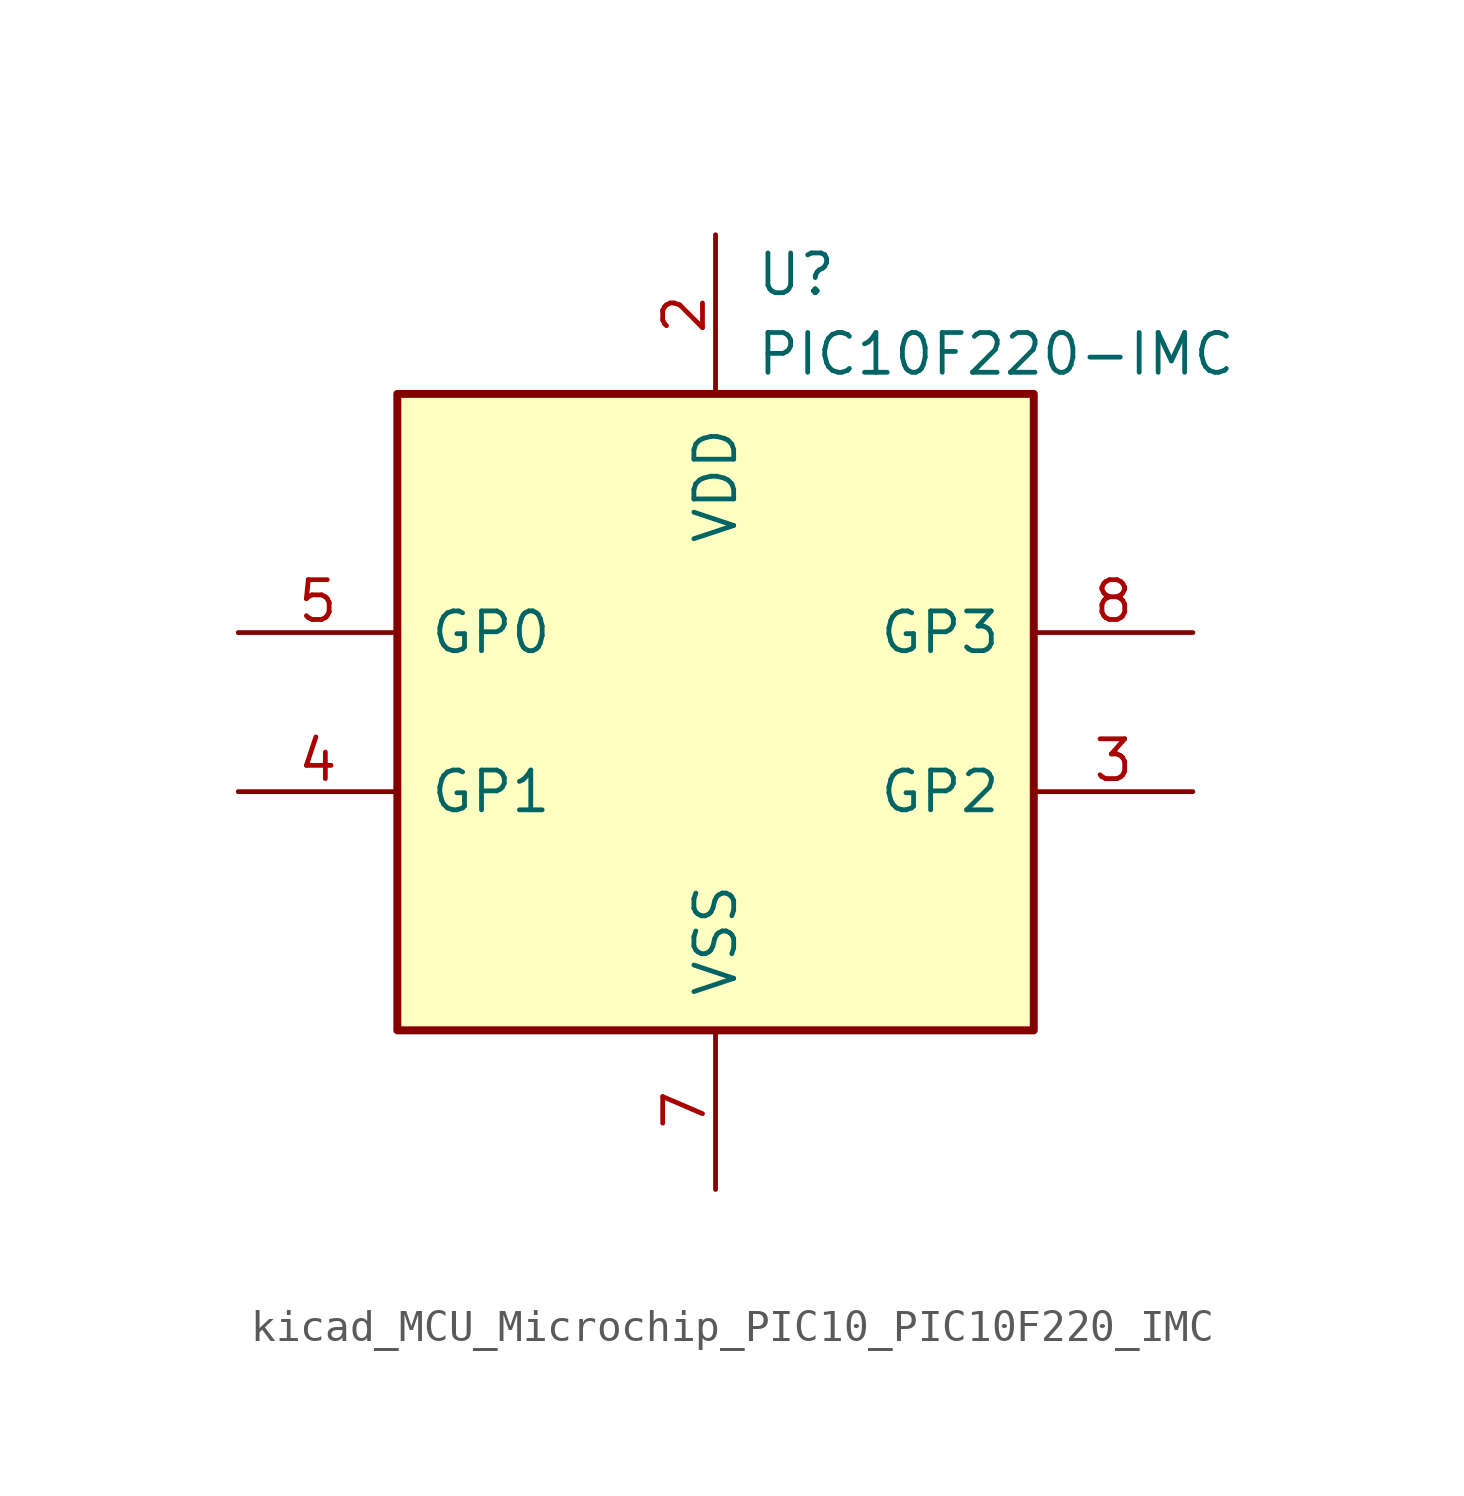
<source format=kicad_sym>
(kicad_symbol_lib
  (version 20220914)
  (generator kicad_symbol_editor)
  (symbol "kicad_MCU_Microchip_PIC10_PIC10F220_IMC"
    (pin_names
      (offset 1.016))
    (property "Reference" "U"
      (at 1.27 13.97 0)
      (effects (font (size 1.27 1.27)) (justify left)))
    (property "Value" "PIC10F220-IMC"
      (at 1.27 11.43 0)
      (effects (font (size 1.27 1.27)) (justify left)))
    (symbol "kicad_MCU_Microchip_PIC10_PIC10F220_IMC_0_1"
      (rectangle (start -10.16 10.16) (end 10.16 -10.16) (stroke (width 0.254) (type default)) (fill (type background))))
    (symbol "kicad_MCU_Microchip_PIC10_PIC10F220_IMC_1_1"
      (pin power_in line (at 0 15.24 270) (length 5.08) (name "VDD" (effects (font (size 1.27 1.27)))) (number "2" (effects (font (size 1.27 1.27)))))
      (pin bidirectional line (at 15.24 -2.54 180) (length 5.08) (name "GP2" (effects (font (size 1.27 1.27)))) (number "3" (effects (font (size 1.27 1.27)))))
      (pin bidirectional line (at -15.24 -2.54 0) (length 5.08) (name "GP1" (effects (font (size 1.27 1.27)))) (number "4" (effects (font (size 1.27 1.27)))))
      (pin bidirectional line (at -15.24 2.54 0) (length 5.08) (name "GP0" (effects (font (size 1.27 1.27)))) (number "5" (effects (font (size 1.27 1.27)))))
      (pin power_in line (at 0 -15.24 90) (length 5.08) (name "VSS" (effects (font (size 1.27 1.27)))) (number "7" (effects (font (size 1.27 1.27)))))
      (pin input line (at 15.24 2.54 180) (length 5.08) (name "GP3" (effects (font (size 1.27 1.27)))) (number "8" (effects (font (size 1.27 1.27))))))))
</source>
